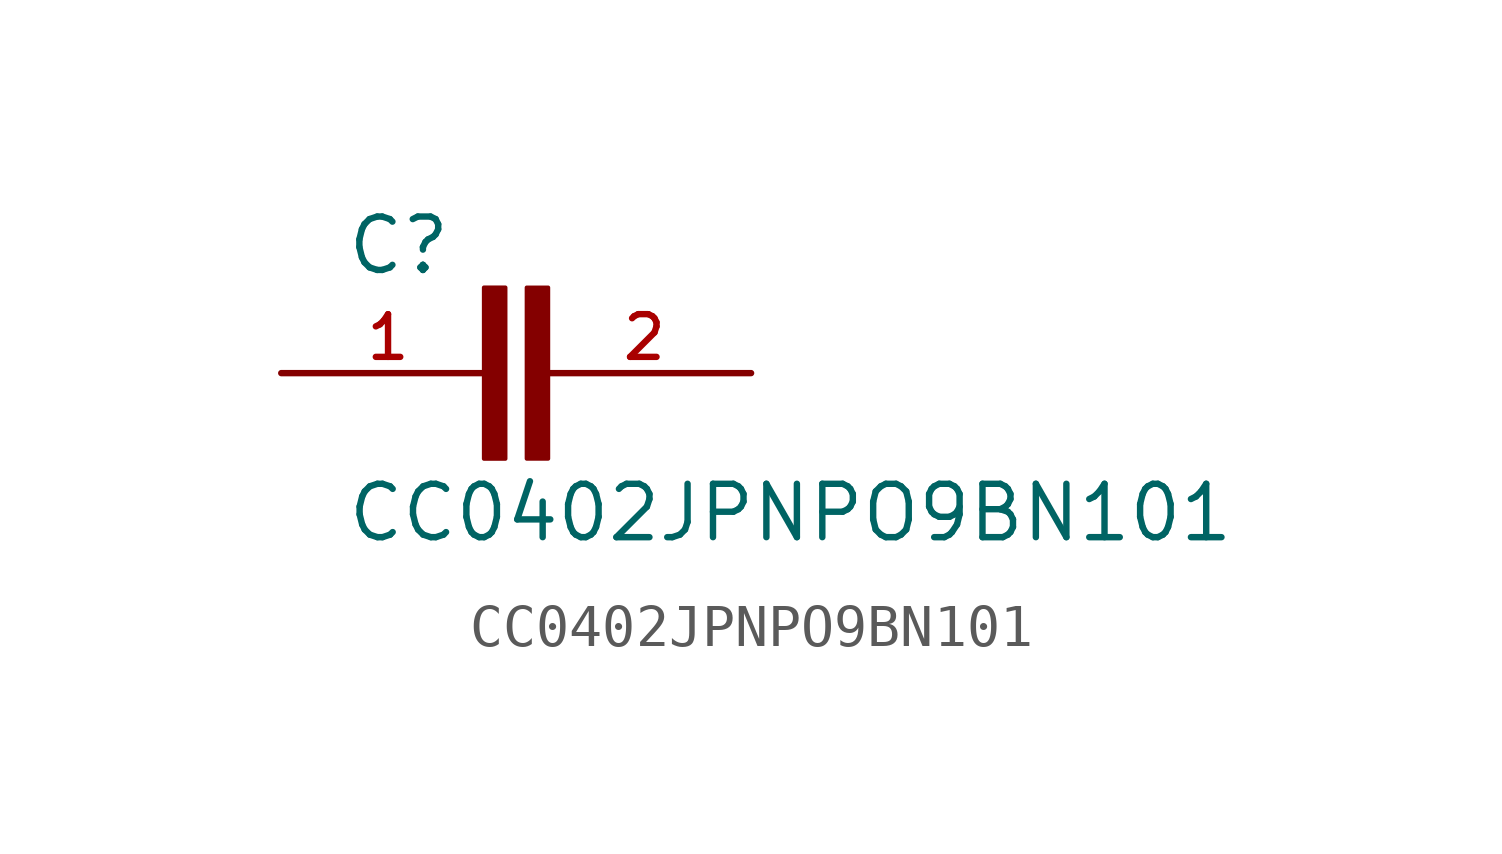
<source format=kicad_sym>
(kicad_symbol_lib
  (version 20211014)
  (generator kicad_symbol_editor)
  (symbol "CC0402JPNPO9BN101"
    (pin_names
      (offset 1.016))
    (property "Reference" "C"
      (at -4.072 2.291 0)
      (effects (font (size 1.27 1.27)) (justify bottom left)))
    (property "Value" "CC0402JPNPO9BN101"
      (at -4.066 -4.066 0)
      (effects (font (size 1.27 1.27)) (justify bottom left)))
    (symbol "CC0402JPNPO9BN101_0_0"
      (rectangle (start -0.766 -2.036) (end -0.257 2.035) (stroke (width 0.1)) (fill (type outline)))
      (rectangle (start 0.252 -2.034) (end 0.76 2.034) (stroke (width 0.1)) (fill (type outline)))
      (pin passive line (at -5.588 0.0 0) (length 5.08) (name "~" (effects (font (size 1.016 1.016)))) (number "1" (effects (font (size 1.016 1.016)))))
      (pin passive line (at 5.588 0.0 180.0) (length 5.08) (name "~" (effects (font (size 1.016 1.016)))) (number "2" (effects (font (size 1.016 1.016))))))))
</source>
